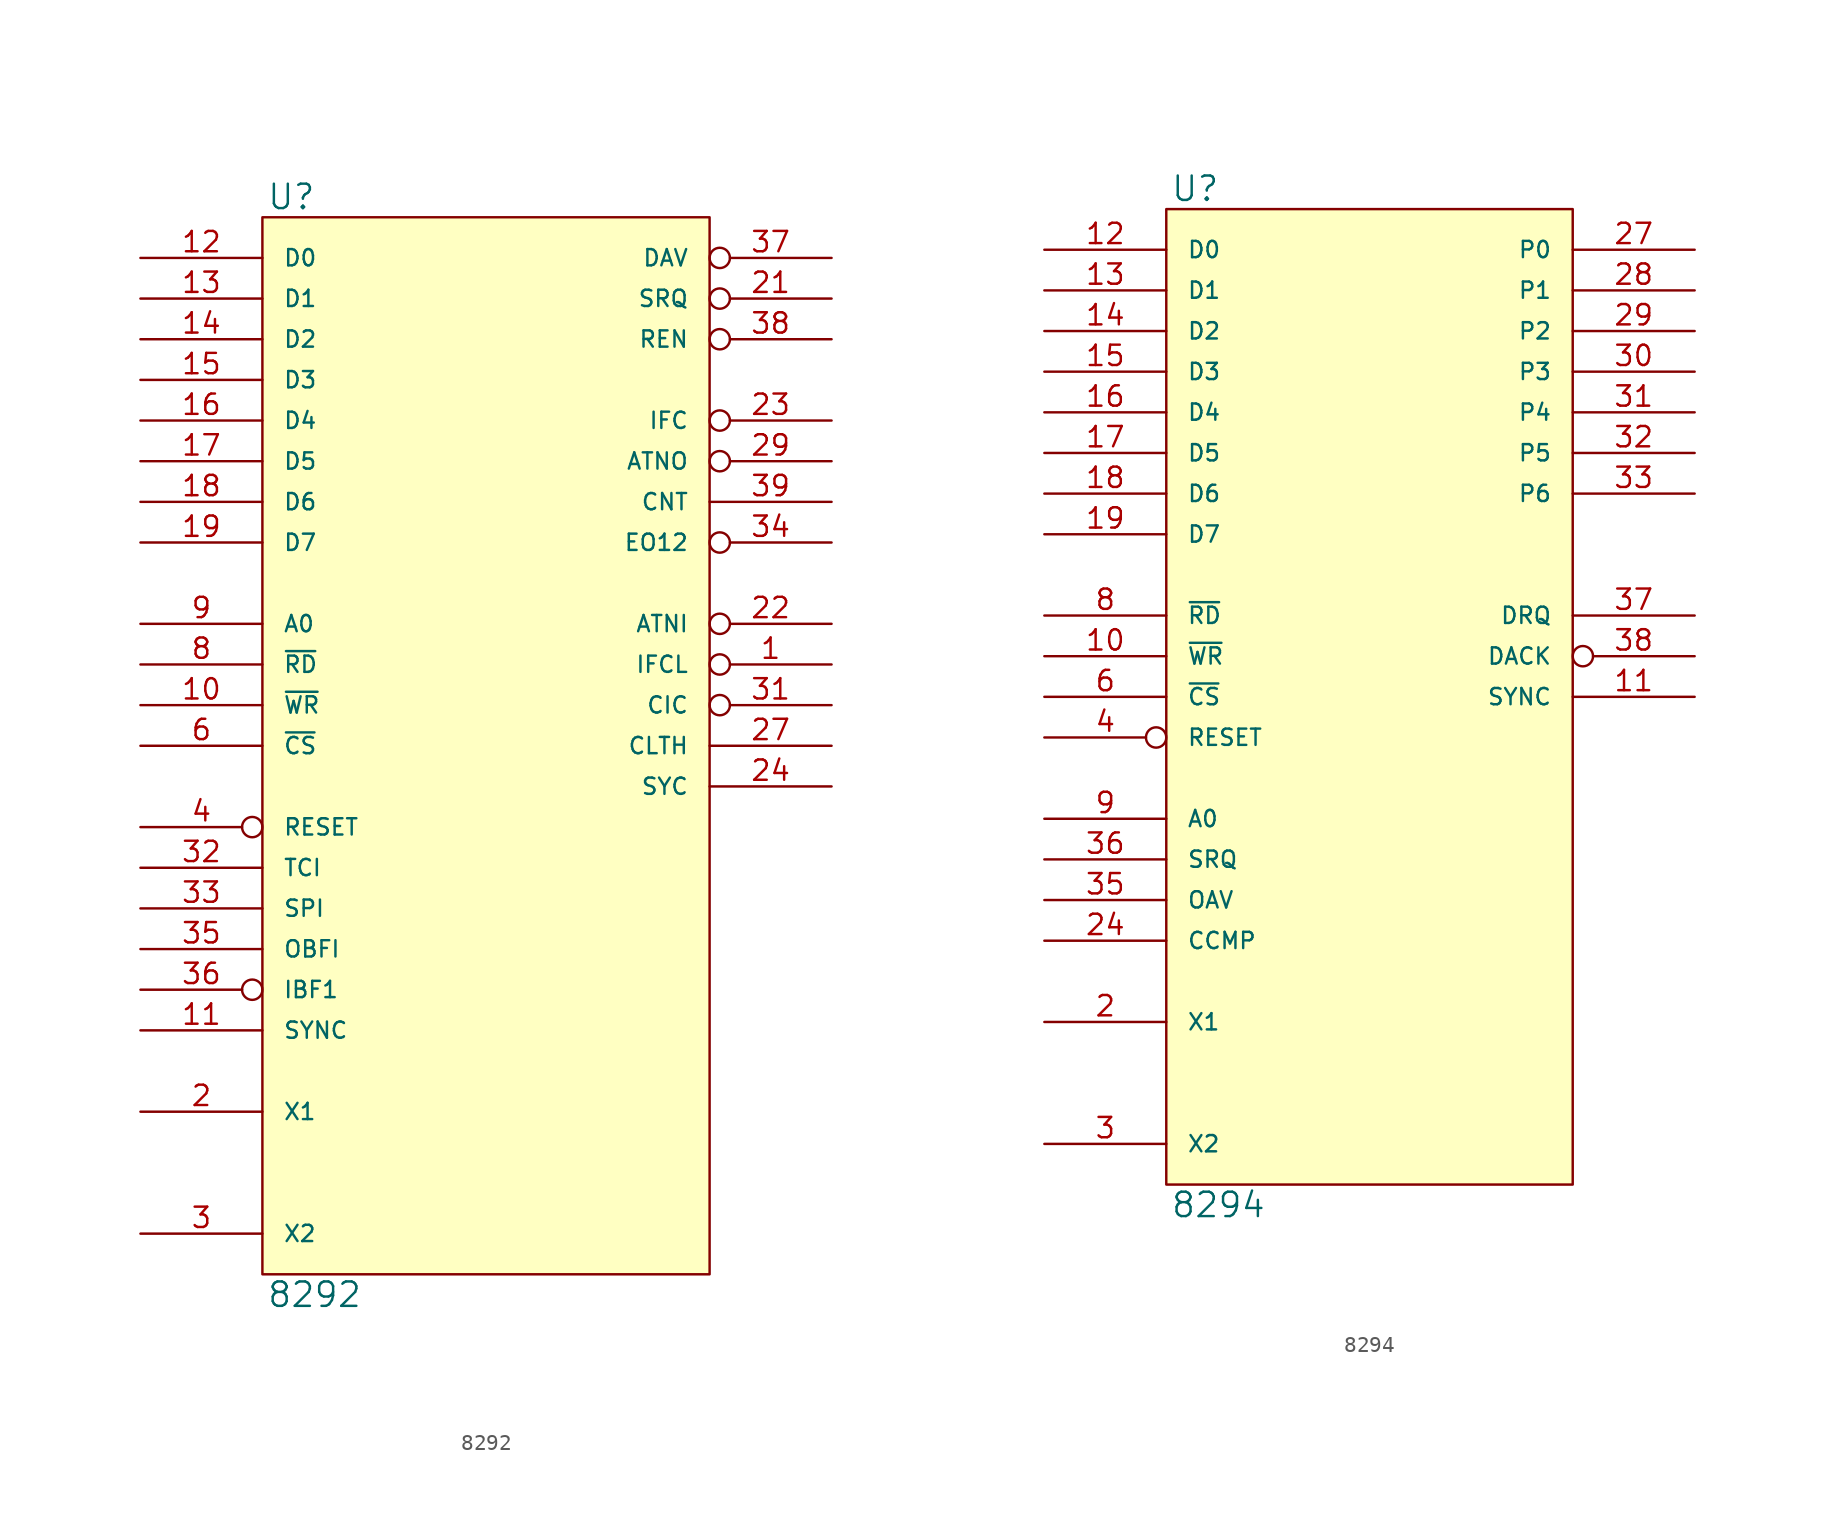
<source format=kicad_sym>
(kicad_symbol_lib
  (version 20231120)
  (generator "kicad_symbol_editor")
  (generator_version "8.0")
  (symbol "8292"
    (pin_names
      (offset 1.27))
    (property "Reference" "U"
      (at 0.254 0.381 0)
      (effects (font (size 1.524 1.524)) (justify left bottom)))
    (property "Value" "8292"
      (at 0.254 -66.421 0)
      (effects (font (size 1.524 1.524)) (justify left top)))
    (symbol "8292_0_1"
      (rectangle (start 0 0) (end 27.94 -66.04) (stroke (width 0) (type solid)) (fill (type background))))
    (symbol "8292_1_1"
      (pin input inverted (at 35.56 -27.94 180) (length 7.62) (name "IFCL" (effects (font (size 1.016 1.016)))) (number "1" (effects (font (size 1.27 1.27)))))
      (pin input line (at -7.62 -30.48 0) (length 7.62) (name "~{WR}" (effects (font (size 1.016 1.016)))) (number "10" (effects (font (size 1.27 1.27)))))
      (pin input line (at -7.62 -50.8 0) (length 7.62) (name "SYNC" (effects (font (size 1.016 1.016)))) (number "11" (effects (font (size 1.27 1.27)))))
      (pin bidirectional line (at -7.62 -2.54 0) (length 7.62) (name "D0" (effects (font (size 1.016 1.016)))) (number "12" (effects (font (size 1.27 1.27)))))
      (pin bidirectional line (at -7.62 -5.08 0) (length 7.62) (name "D1" (effects (font (size 1.016 1.016)))) (number "13" (effects (font (size 1.27 1.27)))))
      (pin bidirectional line (at -7.62 -7.62 0) (length 7.62) (name "D2" (effects (font (size 1.016 1.016)))) (number "14" (effects (font (size 1.27 1.27)))))
      (pin bidirectional line (at -7.62 -10.16 0) (length 7.62) (name "D3" (effects (font (size 1.016 1.016)))) (number "15" (effects (font (size 1.27 1.27)))))
      (pin bidirectional line (at -7.62 -12.7 0) (length 7.62) (name "D4" (effects (font (size 1.016 1.016)))) (number "16" (effects (font (size 1.27 1.27)))))
      (pin bidirectional line (at -7.62 -15.24 0) (length 7.62) (name "D5" (effects (font (size 1.016 1.016)))) (number "17" (effects (font (size 1.27 1.27)))))
      (pin bidirectional line (at -7.62 -17.78 0) (length 7.62) (name "D6" (effects (font (size 1.016 1.016)))) (number "18" (effects (font (size 1.27 1.27)))))
      (pin bidirectional line (at -7.62 -20.32 0) (length 7.62) (name "D7" (effects (font (size 1.016 1.016)))) (number "19" (effects (font (size 1.27 1.27)))))
      (pin input line (at -7.62 -55.88 0) (length 7.62) (name "X1" (effects (font (size 1.016 1.016)))) (number "2" (effects (font (size 1.27 1.27)))))
      (pin power_in line (at 0 -66.04 90) (length 0) hide (name "GND" (effects (font (size 1.016 1.016)))) (number "20" (effects (font (size 1.27 1.27)))))
      (pin input inverted (at 35.56 -5.08 180) (length 7.62) (name "SRQ" (effects (font (size 1.016 1.016)))) (number "21" (effects (font (size 1.27 1.27)))))
      (pin input inverted (at 35.56 -25.4 180) (length 7.62) (name "ATNI" (effects (font (size 1.016 1.016)))) (number "22" (effects (font (size 1.27 1.27)))))
      (pin bidirectional inverted (at 35.56 -12.7 180) (length 7.62) (name "IFC" (effects (font (size 1.016 1.016)))) (number "23" (effects (font (size 1.27 1.27)))))
      (pin input line (at 35.56 -35.56 180) (length 7.62) (name "SYC" (effects (font (size 1.016 1.016)))) (number "24" (effects (font (size 1.27 1.27)))))
      (pin power_in line (at 12.7 0 270) (length 0) hide (name "VCC" (effects (font (size 1.016 1.016)))) (number "26" (effects (font (size 1.27 1.27)))))
      (pin output line (at 35.56 -33.02 180) (length 7.62) (name "CLTH" (effects (font (size 1.016 1.016)))) (number "27" (effects (font (size 1.27 1.27)))))
      (pin output inverted (at 35.56 -15.24 180) (length 7.62) (name "ATNO" (effects (font (size 1.016 1.016)))) (number "29" (effects (font (size 1.27 1.27)))))
      (pin input line (at -7.62 -63.5 0) (length 7.62) (name "X2" (effects (font (size 1.016 1.016)))) (number "3" (effects (font (size 1.27 1.27)))))
      (pin output inverted (at 35.56 -30.48 180) (length 7.62) (name "CIC" (effects (font (size 1.016 1.016)))) (number "31" (effects (font (size 1.27 1.27)))))
      (pin output line (at -7.62 -40.64 0) (length 7.62) (name "TCI" (effects (font (size 1.016 1.016)))) (number "32" (effects (font (size 1.27 1.27)))))
      (pin output line (at -7.62 -43.18 0) (length 7.62) (name "SPI" (effects (font (size 1.016 1.016)))) (number "33" (effects (font (size 1.27 1.27)))))
      (pin bidirectional inverted (at 35.56 -20.32 180) (length 7.62) (name "EO12" (effects (font (size 1.016 1.016)))) (number "34" (effects (font (size 1.27 1.27)))))
      (pin output line (at -7.62 -45.72 0) (length 7.62) (name "OBFI" (effects (font (size 1.016 1.016)))) (number "35" (effects (font (size 1.27 1.27)))))
      (pin output inverted (at -7.62 -48.26 0) (length 7.62) (name "IBF1" (effects (font (size 1.016 1.016)))) (number "36" (effects (font (size 1.27 1.27)))))
      (pin bidirectional inverted (at 35.56 -2.54 180) (length 7.62) (name "DAV" (effects (font (size 1.016 1.016)))) (number "37" (effects (font (size 1.27 1.27)))))
      (pin output inverted (at 35.56 -7.62 180) (length 7.62) (name "REN" (effects (font (size 1.016 1.016)))) (number "38" (effects (font (size 1.27 1.27)))))
      (pin input line (at 35.56 -17.78 180) (length 7.62) (name "CNT" (effects (font (size 1.016 1.016)))) (number "39" (effects (font (size 1.27 1.27)))))
      (pin input inverted (at -7.62 -38.1 0) (length 7.62) (name "RESET" (effects (font (size 1.016 1.016)))) (number "4" (effects (font (size 1.27 1.27)))))
      (pin power_in line (at 0 0 270) (length 0) hide (name "VCC" (effects (font (size 1.016 1.016)))) (number "40" (effects (font (size 1.27 1.27)))))
      (pin power_in line (at 25.4 0 270) (length 0) hide (name "VCC" (effects (font (size 1.016 1.016)))) (number "5" (effects (font (size 1.27 1.27)))))
      (pin input line (at -7.62 -33.02 0) (length 7.62) (name "~{CS}" (effects (font (size 1.016 1.016)))) (number "6" (effects (font (size 1.27 1.27)))))
      (pin power_in line (at 12.7 -66.04 90) (length 0) hide (name "GND" (effects (font (size 1.016 1.016)))) (number "7" (effects (font (size 1.27 1.27)))))
      (pin input line (at -7.62 -27.94 0) (length 7.62) (name "~{RD}" (effects (font (size 1.016 1.016)))) (number "8" (effects (font (size 1.27 1.27)))))
      (pin input line (at -7.62 -25.4 0) (length 7.62) (name "A0" (effects (font (size 1.016 1.016)))) (number "9" (effects (font (size 1.27 1.27)))))))
  (symbol "8294"
    (pin_names
      (offset 1.27))
    (property "Reference" "U"
      (at 0.254 0.381 0)
      (effects (font (size 1.524 1.524)) (justify left bottom)))
    (property "Value" "8294"
      (at 0.254 -61.341 0)
      (effects (font (size 1.524 1.524)) (justify left top)))
    (symbol "8294_0_1"
      (rectangle (start 0 0) (end 25.4 -60.96) (stroke (width 0) (type solid)) (fill (type background))))
    (symbol "8294_1_1"
      (pin input line (at -7.62 -27.94 0) (length 7.62) (name "~{WR}" (effects (font (size 1.016 1.016)))) (number "10" (effects (font (size 1.27 1.27)))))
      (pin output line (at 33.02 -30.48 180) (length 7.62) (name "SYNC" (effects (font (size 1.016 1.016)))) (number "11" (effects (font (size 1.27 1.27)))))
      (pin bidirectional line (at -7.62 -2.54 0) (length 7.62) (name "D0" (effects (font (size 1.016 1.016)))) (number "12" (effects (font (size 1.27 1.27)))))
      (pin bidirectional line (at -7.62 -5.08 0) (length 7.62) (name "D1" (effects (font (size 1.016 1.016)))) (number "13" (effects (font (size 1.27 1.27)))))
      (pin bidirectional line (at -7.62 -7.62 0) (length 7.62) (name "D2" (effects (font (size 1.016 1.016)))) (number "14" (effects (font (size 1.27 1.27)))))
      (pin bidirectional line (at -7.62 -10.16 0) (length 7.62) (name "D3" (effects (font (size 1.016 1.016)))) (number "15" (effects (font (size 1.27 1.27)))))
      (pin bidirectional line (at -7.62 -12.7 0) (length 7.62) (name "D4" (effects (font (size 1.016 1.016)))) (number "16" (effects (font (size 1.27 1.27)))))
      (pin bidirectional line (at -7.62 -15.24 0) (length 7.62) (name "D5" (effects (font (size 1.016 1.016)))) (number "17" (effects (font (size 1.27 1.27)))))
      (pin bidirectional line (at -7.62 -17.78 0) (length 7.62) (name "D6" (effects (font (size 1.016 1.016)))) (number "18" (effects (font (size 1.27 1.27)))))
      (pin bidirectional line (at -7.62 -20.32 0) (length 7.62) (name "D7" (effects (font (size 1.016 1.016)))) (number "19" (effects (font (size 1.27 1.27)))))
      (pin input line (at -7.62 -50.8 0) (length 7.62) (name "X1" (effects (font (size 1.016 1.016)))) (number "2" (effects (font (size 1.27 1.27)))))
      (pin power_in line (at 0 -60.96 90) (length 0) hide (name "GND" (effects (font (size 1.016 1.016)))) (number "20" (effects (font (size 1.27 1.27)))))
      (pin output line (at -7.62 -45.72 0) (length 7.62) (name "CCMP" (effects (font (size 1.016 1.016)))) (number "24" (effects (font (size 1.27 1.27)))))
      (pin power_in line (at 10.16 0 270) (length 0) hide (name "VCC" (effects (font (size 1.016 1.016)))) (number "25" (effects (font (size 1.27 1.27)))))
      (pin power_in line (at 20.32 0 270) (length 0) hide (name "VDD" (effects (font (size 1.016 1.016)))) (number "26" (effects (font (size 1.27 1.27)))))
      (pin output line (at 33.02 -2.54 180) (length 7.62) (name "P0" (effects (font (size 1.016 1.016)))) (number "27" (effects (font (size 1.27 1.27)))))
      (pin output line (at 33.02 -5.08 180) (length 7.62) (name "P1" (effects (font (size 1.016 1.016)))) (number "28" (effects (font (size 1.27 1.27)))))
      (pin output line (at 33.02 -7.62 180) (length 7.62) (name "P2" (effects (font (size 1.016 1.016)))) (number "29" (effects (font (size 1.27 1.27)))))
      (pin input line (at -7.62 -58.42 0) (length 7.62) (name "X2" (effects (font (size 1.016 1.016)))) (number "3" (effects (font (size 1.27 1.27)))))
      (pin output line (at 33.02 -10.16 180) (length 7.62) (name "P3" (effects (font (size 1.016 1.016)))) (number "30" (effects (font (size 1.27 1.27)))))
      (pin output line (at 33.02 -12.7 180) (length 7.62) (name "P4" (effects (font (size 1.016 1.016)))) (number "31" (effects (font (size 1.27 1.27)))))
      (pin output line (at 33.02 -15.24 180) (length 7.62) (name "P5" (effects (font (size 1.016 1.016)))) (number "32" (effects (font (size 1.27 1.27)))))
      (pin output line (at 33.02 -17.78 180) (length 7.62) (name "P6" (effects (font (size 1.016 1.016)))) (number "33" (effects (font (size 1.27 1.27)))))
      (pin output line (at -7.62 -43.18 0) (length 7.62) (name "OAV" (effects (font (size 1.016 1.016)))) (number "35" (effects (font (size 1.27 1.27)))))
      (pin output line (at -7.62 -40.64 0) (length 7.62) (name "SRQ" (effects (font (size 1.016 1.016)))) (number "36" (effects (font (size 1.27 1.27)))))
      (pin output line (at 33.02 -25.4 180) (length 7.62) (name "DRQ" (effects (font (size 1.016 1.016)))) (number "37" (effects (font (size 1.27 1.27)))))
      (pin input inverted (at 33.02 -27.94 180) (length 7.62) (name "DACK" (effects (font (size 1.016 1.016)))) (number "38" (effects (font (size 1.27 1.27)))))
      (pin input inverted (at -7.62 -33.02 0) (length 7.62) (name "RESET" (effects (font (size 1.016 1.016)))) (number "4" (effects (font (size 1.27 1.27)))))
      (pin power_in line (at 0 0 270) (length 0) hide (name "VCC" (effects (font (size 1.016 1.016)))) (number "40" (effects (font (size 1.27 1.27)))))
      (pin input line (at -7.62 -30.48 0) (length 7.62) (name "~{CS}" (effects (font (size 1.016 1.016)))) (number "6" (effects (font (size 1.27 1.27)))))
      (pin power_in line (at 10.16 -60.96 90) (length 0) hide (name "GND" (effects (font (size 1.016 1.016)))) (number "7" (effects (font (size 1.27 1.27)))))
      (pin input line (at -7.62 -25.4 0) (length 7.62) (name "~{RD}" (effects (font (size 1.016 1.016)))) (number "8" (effects (font (size 1.27 1.27)))))
      (pin input line (at -7.62 -38.1 0) (length 7.62) (name "A0" (effects (font (size 1.016 1.016)))) (number "9" (effects (font (size 1.27 1.27))))))))
</source>
